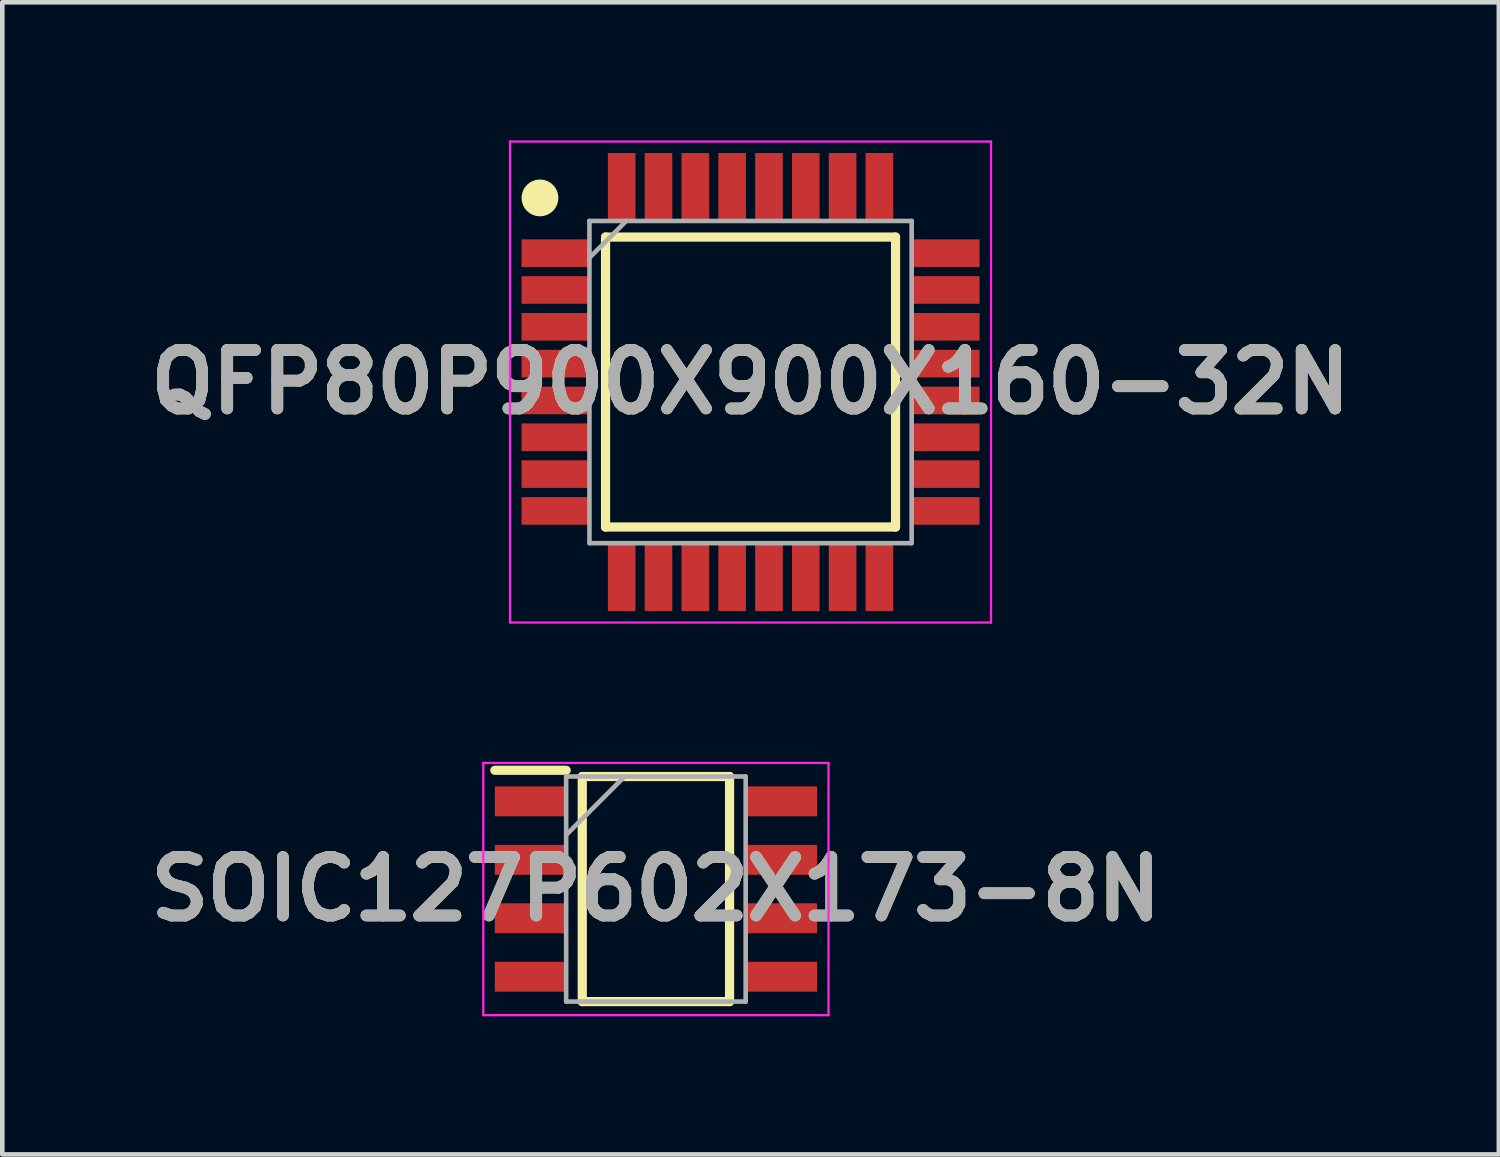
<source format=kicad_pcb>
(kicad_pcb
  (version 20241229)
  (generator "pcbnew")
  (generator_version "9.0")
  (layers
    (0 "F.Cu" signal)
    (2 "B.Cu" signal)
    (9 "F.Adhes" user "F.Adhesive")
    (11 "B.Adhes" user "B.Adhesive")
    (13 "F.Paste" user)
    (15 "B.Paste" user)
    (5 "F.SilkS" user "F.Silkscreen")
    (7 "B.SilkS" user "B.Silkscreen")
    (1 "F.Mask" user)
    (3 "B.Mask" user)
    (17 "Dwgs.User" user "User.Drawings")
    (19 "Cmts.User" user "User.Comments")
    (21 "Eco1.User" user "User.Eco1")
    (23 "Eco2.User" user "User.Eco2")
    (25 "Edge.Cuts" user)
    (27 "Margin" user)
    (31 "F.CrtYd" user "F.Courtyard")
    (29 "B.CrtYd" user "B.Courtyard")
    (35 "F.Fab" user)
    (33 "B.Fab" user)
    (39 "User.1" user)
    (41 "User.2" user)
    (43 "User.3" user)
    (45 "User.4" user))
  (footprint "QFP80P900X900X160-32N"
    (layer "F.Cu")
    (at 13.256 5.25)
    (property "Reference" "QFP80P900X900X160-32N" (at 0 0 0) (layer "F.SilkS") (effects (font (size 1.27 1.27) (thickness 0.254))))
    (attr smd)
    (fp_line (start -3.15 -3.15) (end 3.15 -3.15) (stroke (width 0.2) (type solid)) (layer "F.SilkS"))
    (fp_line (start -3.15 3.15) (end -3.15 -3.15) (stroke (width 0.2) (type solid)) (layer "F.SilkS"))
    (fp_line (start 3.15 -3.15) (end 3.15 3.15) (stroke (width 0.2) (type solid)) (layer "F.SilkS"))
    (fp_line (start 3.15 3.15) (end -3.15 3.15) (stroke (width 0.2) (type solid)) (layer "F.SilkS"))
    (fp_circle (center -4.575 -4) (end -4.575 -3.8) (stroke (width 0.4) (type solid)) (fill no) (layer "F.SilkS"))
    (fp_line (start -5.225 -5.225) (end 5.225 -5.225) (stroke (width 0.05) (type solid)) (layer "F.CrtYd"))
    (fp_line (start -5.225 5.225) (end -5.225 -5.225) (stroke (width 0.05) (type solid)) (layer "F.CrtYd"))
    (fp_line (start 5.225 -5.225) (end 5.225 5.225) (stroke (width 0.05) (type solid)) (layer "F.CrtYd"))
    (fp_line (start 5.225 5.225) (end -5.225 5.225) (stroke (width 0.05) (type solid)) (layer "F.CrtYd"))
    (fp_line (start -3.5 -3.5) (end 3.5 -3.5) (stroke (width 0.1) (type solid)) (layer "F.Fab"))
    (fp_line (start -3.5 -2.7) (end -2.7 -3.5) (stroke (width 0.1) (type solid)) (layer "F.Fab"))
    (fp_line (start -3.5 3.5) (end -3.5 -3.5) (stroke (width 0.1) (type solid)) (layer "F.Fab"))
    (fp_line (start 3.5 -3.5) (end 3.5 3.5) (stroke (width 0.1) (type solid)) (layer "F.Fab"))
    (fp_line (start 3.5 3.5) (end -3.5 3.5) (stroke (width 0.1) (type solid)) (layer "F.Fab"))
    (fp_text user "${REFERENCE}" (at 0 0 0) (layer "F.Fab") (effects (font (size 1.27 1.27) (thickness 0.254))))
    (pad "1" smd rect (at -4.238 -2.8 90) (size 0.6 1.475) (layers "F.Cu" "F.Mask" "F.Paste"))
    (pad "2" smd rect (at -4.238 -2 90) (size 0.6 1.475) (layers "F.Cu" "F.Mask" "F.Paste"))
    (pad "3" smd rect (at -4.238 -1.2 90) (size 0.6 1.475) (layers "F.Cu" "F.Mask" "F.Paste"))
    (pad "4" smd rect (at -4.238 -0.4 90) (size 0.6 1.475) (layers "F.Cu" "F.Mask" "F.Paste"))
    (pad "5" smd rect (at -4.238 0.4 90) (size 0.6 1.475) (layers "F.Cu" "F.Mask" "F.Paste"))
    (pad "6" smd rect (at -4.238 1.2 90) (size 0.6 1.475) (layers "F.Cu" "F.Mask" "F.Paste"))
    (pad "7" smd rect (at -4.238 2 90) (size 0.6 1.475) (layers "F.Cu" "F.Mask" "F.Paste"))
    (pad "8" smd rect (at -4.238 2.8 90) (size 0.6 1.475) (layers "F.Cu" "F.Mask" "F.Paste"))
    (pad "9" smd rect (at -2.8 4.238) (size 0.6 1.475) (layers "F.Cu" "F.Mask" "F.Paste"))
    (pad "10" smd rect (at -2 4.238) (size 0.6 1.475) (layers "F.Cu" "F.Mask" "F.Paste"))
    (pad "11" smd rect (at -1.2 4.238) (size 0.6 1.475) (layers "F.Cu" "F.Mask" "F.Paste"))
    (pad "12" smd rect (at -0.4 4.238) (size 0.6 1.475) (layers "F.Cu" "F.Mask" "F.Paste"))
    (pad "13" smd rect (at 0.4 4.238) (size 0.6 1.475) (layers "F.Cu" "F.Mask" "F.Paste"))
    (pad "14" smd rect (at 1.2 4.238) (size 0.6 1.475) (layers "F.Cu" "F.Mask" "F.Paste"))
    (pad "15" smd rect (at 2 4.238) (size 0.6 1.475) (layers "F.Cu" "F.Mask" "F.Paste"))
    (pad "16" smd rect (at 2.8 4.238) (size 0.6 1.475) (layers "F.Cu" "F.Mask" "F.Paste"))
    (pad "17" smd rect (at 4.238 2.8 90) (size 0.6 1.475) (layers "F.Cu" "F.Mask" "F.Paste"))
    (pad "18" smd rect (at 4.238 2 90) (size 0.6 1.475) (layers "F.Cu" "F.Mask" "F.Paste"))
    (pad "19" smd rect (at 4.238 1.2 90) (size 0.6 1.475) (layers "F.Cu" "F.Mask" "F.Paste"))
    (pad "20" smd rect (at 4.238 0.4 90) (size 0.6 1.475) (layers "F.Cu" "F.Mask" "F.Paste"))
    (pad "21" smd rect (at 4.238 -0.4 90) (size 0.6 1.475) (layers "F.Cu" "F.Mask" "F.Paste"))
    (pad "22" smd rect (at 4.238 -1.2 90) (size 0.6 1.475) (layers "F.Cu" "F.Mask" "F.Paste"))
    (pad "23" smd rect (at 4.238 -2 90) (size 0.6 1.475) (layers "F.Cu" "F.Mask" "F.Paste"))
    (pad "24" smd rect (at 4.238 -2.8 90) (size 0.6 1.475) (layers "F.Cu" "F.Mask" "F.Paste"))
    (pad "25" smd rect (at 2.8 -4.238) (size 0.6 1.475) (layers "F.Cu" "F.Mask" "F.Paste"))
    (pad "26" smd rect (at 2 -4.238) (size 0.6 1.475) (layers "F.Cu" "F.Mask" "F.Paste"))
    (pad "27" smd rect (at 1.2 -4.238) (size 0.6 1.475) (layers "F.Cu" "F.Mask" "F.Paste"))
    (pad "28" smd rect (at 0.4 -4.238) (size 0.6 1.475) (layers "F.Cu" "F.Mask" "F.Paste"))
    (pad "29" smd rect (at -0.4 -4.238) (size 0.6 1.475) (layers "F.Cu" "F.Mask" "F.Paste"))
    (pad "30" smd rect (at -1.2 -4.238) (size 0.6 1.475) (layers "F.Cu" "F.Mask" "F.Paste"))
    (pad "31" smd rect (at -2 -4.238) (size 0.6 1.475) (layers "F.Cu" "F.Mask" "F.Paste"))
    (pad "32" smd rect (at -2.8 -4.238) (size 0.6 1.475) (layers "F.Cu" "F.Mask" "F.Paste")))
  (footprint "SOIC127P602X173-8N"
    (layer "F.Cu")
    (at 11.2 16.265)
    (property "Reference" "SOIC127P602X173-8N" (at 0 0 0) (layer "F.SilkS") (effects (font (size 1.27 1.27) (thickness 0.254))))
    (attr smd)
    (fp_line (start -3.5 -2.58) (end -1.95 -2.58) (stroke (width 0.2) (type solid)) (layer "F.SilkS"))
    (fp_line (start -1.6 -2.445) (end 1.6 -2.445) (stroke (width 0.2) (type solid)) (layer "F.SilkS"))
    (fp_line (start -1.6 2.445) (end -1.6 -2.445) (stroke (width 0.2) (type solid)) (layer "F.SilkS"))
    (fp_line (start 1.6 -2.445) (end 1.6 2.445) (stroke (width 0.2) (type solid)) (layer "F.SilkS"))
    (fp_line (start 1.6 2.445) (end -1.6 2.445) (stroke (width 0.2) (type solid)) (layer "F.SilkS"))
    (fp_line (start -3.75 -2.74) (end 3.75 -2.74) (stroke (width 0.05) (type solid)) (layer "F.CrtYd"))
    (fp_line (start -3.75 2.74) (end -3.75 -2.74) (stroke (width 0.05) (type solid)) (layer "F.CrtYd"))
    (fp_line (start 3.75 -2.74) (end 3.75 2.74) (stroke (width 0.05) (type solid)) (layer "F.CrtYd"))
    (fp_line (start 3.75 2.74) (end -3.75 2.74) (stroke (width 0.05) (type solid)) (layer "F.CrtYd"))
    (fp_line (start -1.95 -2.445) (end 1.95 -2.445) (stroke (width 0.1) (type solid)) (layer "F.Fab"))
    (fp_line (start -1.95 -1.175) (end -0.68 -2.445) (stroke (width 0.1) (type solid)) (layer "F.Fab"))
    (fp_line (start -1.95 2.445) (end -1.95 -2.445) (stroke (width 0.1) (type solid)) (layer "F.Fab"))
    (fp_line (start 1.95 -2.445) (end 1.95 2.445) (stroke (width 0.1) (type solid)) (layer "F.Fab"))
    (fp_line (start 1.95 2.445) (end -1.95 2.445) (stroke (width 0.1) (type solid)) (layer "F.Fab"))
    (fp_text user "${REFERENCE}" (at 0 0 0) (layer "F.Fab") (effects (font (size 1.27 1.27) (thickness 0.254))))
    (pad "1" smd rect (at -2.725 -1.905 90) (size 0.65 1.55) (layers "F.Cu" "F.Mask" "F.Paste"))
    (pad "2" smd rect (at -2.725 -0.635 90) (size 0.65 1.55) (layers "F.Cu" "F.Mask" "F.Paste"))
    (pad "3" smd rect (at -2.725 0.635 90) (size 0.65 1.55) (layers "F.Cu" "F.Mask" "F.Paste"))
    (pad "4" smd rect (at -2.725 1.905 90) (size 0.65 1.55) (layers "F.Cu" "F.Mask" "F.Paste"))
    (pad "5" smd rect (at 2.725 1.905 90) (size 0.65 1.55) (layers "F.Cu" "F.Mask" "F.Paste"))
    (pad "6" smd rect (at 2.725 0.635 90) (size 0.65 1.55) (layers "F.Cu" "F.Mask" "F.Paste"))
    (pad "7" smd rect (at 2.725 -0.635 90) (size 0.65 1.55) (layers "F.Cu" "F.Mask" "F.Paste"))
    (pad "8" smd rect (at 2.725 -1.905 90) (size 0.65 1.55) (layers "F.Cu" "F.Mask" "F.Paste")))
  (gr_rect
    (start -3 -3)
    (end 29.513 22.03)
    (stroke (width 0.1) (type default))
    (fill no)
    (layer "Edge.Cuts")))
</source>
